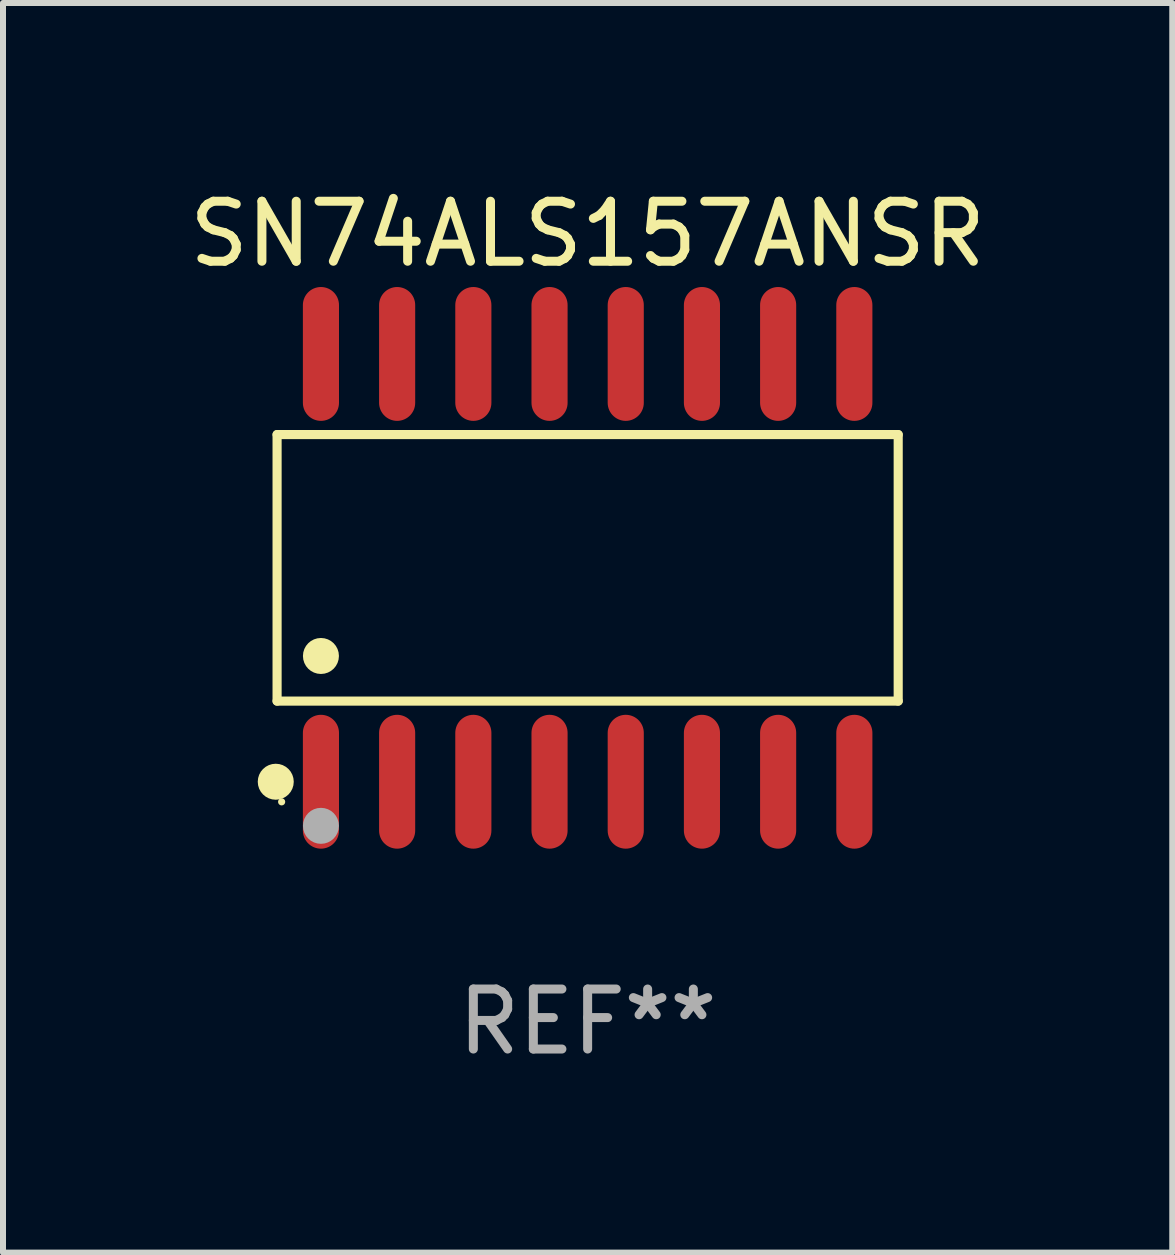
<source format=kicad_pcb>
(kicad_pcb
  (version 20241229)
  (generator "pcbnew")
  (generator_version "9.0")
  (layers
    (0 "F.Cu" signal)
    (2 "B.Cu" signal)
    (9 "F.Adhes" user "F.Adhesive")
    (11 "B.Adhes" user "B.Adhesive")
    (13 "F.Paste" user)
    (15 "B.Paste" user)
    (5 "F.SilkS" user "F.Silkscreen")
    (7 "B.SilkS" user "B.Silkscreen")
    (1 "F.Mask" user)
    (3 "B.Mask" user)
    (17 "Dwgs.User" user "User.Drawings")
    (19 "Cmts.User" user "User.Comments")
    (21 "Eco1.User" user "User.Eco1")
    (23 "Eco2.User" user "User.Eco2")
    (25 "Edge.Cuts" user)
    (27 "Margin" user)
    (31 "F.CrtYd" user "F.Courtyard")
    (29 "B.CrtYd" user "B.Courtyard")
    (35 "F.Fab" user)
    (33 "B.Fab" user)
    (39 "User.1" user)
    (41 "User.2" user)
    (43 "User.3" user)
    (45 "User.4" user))
  (footprint "SN74ALS157ANSR"
    (layer "F.Cu")
    (at 6.744 6.414)
    (property "Reference" "SN74ALS157ANSR" (at 0 -5.565 0) (layer "F.SilkS") (effects (font (size 1 1) (thickness 0.15))))
    (attr through_hole)
    (fp_line (start -5.176 -2.221) (end 5.176 -2.221) (stroke (width 0.152) (type solid)) (layer "F.SilkS"))
    (fp_line (start -5.176 2.221) (end -5.176 -2.221) (stroke (width 0.152) (type solid)) (layer "F.SilkS"))
    (fp_line (start 5.176 -2.221) (end 5.176 2.221) (stroke (width 0.152) (type solid)) (layer "F.SilkS"))
    (fp_line (start 5.176 2.221) (end -5.176 2.221) (stroke (width 0.152) (type solid)) (layer "F.SilkS"))
    (fp_circle (center -5.198 3.565) (end -5.048 3.565) (stroke (width 0.3) (type solid)) (fill no) (layer "F.SilkS"))
    (fp_circle (center -5.1 3.9) (end -5.07 3.9) (stroke (width 0.06) (type solid)) (fill no) (layer "F.SilkS"))
    (fp_circle (center -4.445 1.469) (end -4.295 1.469) (stroke (width 0.3) (type solid)) (fill no) (layer "F.SilkS"))
    (fp_circle (center -4.445 4.3) (end -4.295 4.3) (stroke (width 0.3) (type solid)) (fill no) (layer "F.Fab"))
    (fp_text user "REF**" (at 0 7.565 0) (layer "F.Fab") (effects (font (size 1 1) (thickness 0.15))))
    (pad "1" smd oval (at -4.445 3.565) (size 0.602 2.231) (layers "F.Cu" "F.Mask" "F.Paste"))
    (pad "2" smd oval (at -3.175 3.565) (size 0.602 2.231) (layers "F.Cu" "F.Mask" "F.Paste"))
    (pad "3" smd oval (at -1.905 3.565) (size 0.602 2.231) (layers "F.Cu" "F.Mask" "F.Paste"))
    (pad "4" smd oval (at -0.635 3.565) (size 0.602 2.231) (layers "F.Cu" "F.Mask" "F.Paste"))
    (pad "5" smd oval (at 0.635 3.565) (size 0.602 2.231) (layers "F.Cu" "F.Mask" "F.Paste"))
    (pad "6" smd oval (at 1.905 3.565) (size 0.602 2.231) (layers "F.Cu" "F.Mask" "F.Paste"))
    (pad "7" smd oval (at 3.175 3.565) (size 0.602 2.231) (layers "F.Cu" "F.Mask" "F.Paste"))
    (pad "8" smd oval (at 4.445 3.565) (size 0.602 2.231) (layers "F.Cu" "F.Mask" "F.Paste"))
    (pad "9" smd oval (at 4.445 -3.565) (size 0.602 2.231) (layers "F.Cu" "F.Mask" "F.Paste"))
    (pad "10" smd oval (at 3.175 -3.565) (size 0.602 2.231) (layers "F.Cu" "F.Mask" "F.Paste"))
    (pad "11" smd oval (at 1.905 -3.565) (size 0.602 2.231) (layers "F.Cu" "F.Mask" "F.Paste"))
    (pad "12" smd oval (at 0.635 -3.565) (size 0.602 2.231) (layers "F.Cu" "F.Mask" "F.Paste"))
    (pad "13" smd oval (at -0.635 -3.565) (size 0.602 2.231) (layers "F.Cu" "F.Mask" "F.Paste"))
    (pad "14" smd oval (at -1.905 -3.565) (size 0.602 2.231) (layers "F.Cu" "F.Mask" "F.Paste"))
    (pad "15" smd oval (at -3.175 -3.565) (size 0.602 2.231) (layers "F.Cu" "F.Mask" "F.Paste"))
    (pad "16" smd oval (at -4.445 -3.565) (size 0.602 2.231) (layers "F.Cu" "F.Mask" "F.Paste")))
  (gr_rect
    (start -3 -3)
    (end 16.488 17.827)
    (stroke (width 0.1) (type default))
    (fill no)
    (layer "Edge.Cuts")))
</source>
